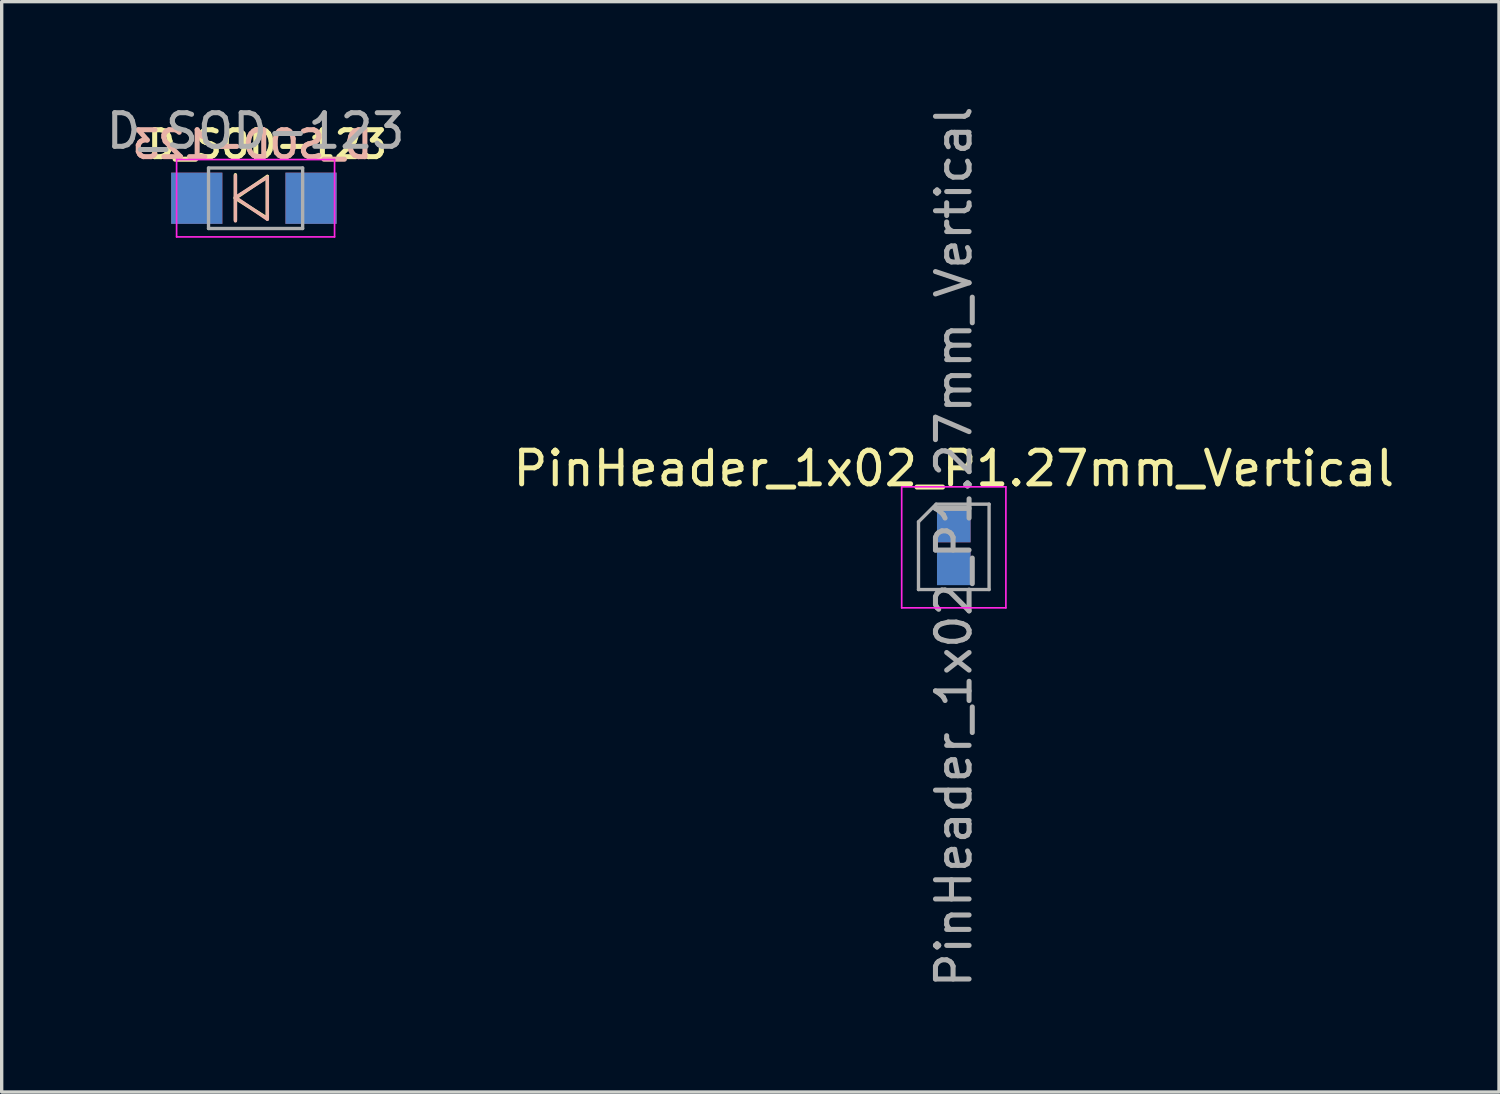
<source format=kicad_pcb>
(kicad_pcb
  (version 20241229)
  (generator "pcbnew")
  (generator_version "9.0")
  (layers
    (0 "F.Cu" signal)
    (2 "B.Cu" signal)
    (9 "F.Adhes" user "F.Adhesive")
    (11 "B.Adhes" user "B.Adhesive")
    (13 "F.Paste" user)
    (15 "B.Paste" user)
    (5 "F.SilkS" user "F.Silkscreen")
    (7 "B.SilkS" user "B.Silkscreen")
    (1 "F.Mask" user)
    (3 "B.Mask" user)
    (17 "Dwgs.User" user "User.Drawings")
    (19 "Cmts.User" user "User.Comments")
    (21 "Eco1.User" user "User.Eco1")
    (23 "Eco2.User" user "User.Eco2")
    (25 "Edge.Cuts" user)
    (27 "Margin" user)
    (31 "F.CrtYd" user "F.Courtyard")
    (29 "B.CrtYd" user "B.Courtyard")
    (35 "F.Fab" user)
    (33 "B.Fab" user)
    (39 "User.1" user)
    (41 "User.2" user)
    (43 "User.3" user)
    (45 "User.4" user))
  (footprint "D_SOD-123"
    (layer "F.Cu")
    (at 4.554 2.848)
    (property "Reference" "D_SOD-123" (at 0.35 -1.6 0) (layer "F.SilkS") (effects (font (size 0.8 0.8) (thickness 0.15))))
    (attr smd)
    (fp_line (start -0.6 0) (end -0.6 -0.7) (stroke (width 0.1) (type solid)) (layer "F.SilkS"))
    (fp_line (start -0.6 0) (end -0.6 0.65) (stroke (width 0.1) (type solid)) (layer "F.SilkS"))
    (fp_line (start -0.6 0) (end 0.35 -0.65) (stroke (width 0.1) (type solid)) (layer "F.SilkS"))
    (fp_line (start 0.35 -0.65) (end 0.35 0.6) (stroke (width 0.1) (type solid)) (layer "F.SilkS"))
    (fp_line (start 0.35 0.6) (end -0.6 0) (stroke (width 0.1) (type solid)) (layer "F.SilkS"))
    (fp_line (start -0.6 -0.025) (end -0.6 -0.675) (stroke (width 0.1) (type solid)) (layer "B.SilkS"))
    (fp_line (start -0.6 -0.025) (end -0.6 0.675) (stroke (width 0.1) (type solid)) (layer "B.SilkS"))
    (fp_line (start -0.6 -0.025) (end 0.35 0.625) (stroke (width 0.1) (type solid)) (layer "B.SilkS"))
    (fp_line (start 0.35 -0.625) (end -0.6 -0.025) (stroke (width 0.1) (type solid)) (layer "B.SilkS"))
    (fp_line (start 0.35 0.625) (end 0.35 -0.625) (stroke (width 0.1) (type solid)) (layer "B.SilkS"))
    (fp_line (start -2.35 -1.15) (end -2.35 1.15) (stroke (width 0.05) (type solid)) (layer "F.CrtYd"))
    (fp_line (start -2.35 -1.15) (end 2.35 -1.15) (stroke (width 0.05) (type solid)) (layer "F.CrtYd"))
    (fp_line (start 2.35 -1.15) (end 2.35 1.15) (stroke (width 0.05) (type solid)) (layer "F.CrtYd"))
    (fp_line (start 2.35 1.15) (end -2.35 1.15) (stroke (width 0.05) (type solid)) (layer "F.CrtYd"))
    (fp_line (start -1.4 -0.9) (end 1.4 -0.9) (stroke (width 0.1) (type solid)) (layer "F.Fab"))
    (fp_line (start -1.4 0.9) (end -1.4 -0.9) (stroke (width 0.1) (type solid)) (layer "F.Fab"))
    (fp_line (start 1.4 -0.9) (end 1.4 0.9) (stroke (width 0.1) (type solid)) (layer "F.Fab"))
    (fp_line (start 1.4 0.9) (end -1.4 0.9) (stroke (width 0.1) (type solid)) (layer "F.Fab"))
    (fp_text user "${REFERENCE}" (at -0.1 -1.6 0) (unlocked yes) (layer "B.SilkS") (effects (font (size 0.8 0.8) (thickness 0.15)) (justify mirror)))
    (fp_text user "${REFERENCE}" (at 0 -2 0) (layer "F.Fab") (effects (font (size 1 1) (thickness 0.15))))
    (pad "1" smd rect (at -1.75 0) (size 1.524 1.524) (layers "F.Cu" "F.Mask" "F.Paste"))
    (pad "1" smd rect (at -1.75 0) (size 1.524 1.524) (layers "B.Cu" "B.Mask" "B.Paste"))
    (pad "2" smd rect (at 1.65 0) (size 1.524 1.524) (layers "F.Cu" "F.Mask" "F.Paste"))
    (pad "2" smd rect (at 1.65 0) (size 1.524 1.524) (layers "B.Cu" "B.Mask" "B.Paste")))
  (footprint "PinHeader_1x02_P1.27mm_Vertical"
    (layer "F.Cu")
    (at 25.327 12.585)
    (property "Reference" "PinHeader_1x02_P1.27mm_Vertical" (at 0 -1.695 0) (layer "F.SilkS") (effects (font (size 1 1) (thickness 0.15))))
    (attr through_hole)
    (fp_line (start -1.55 -1.15) (end -1.55 2.45) (stroke (width 0.05) (type solid)) (layer "F.CrtYd"))
    (fp_line (start -1.55 2.45) (end 1.55 2.45) (stroke (width 0.05) (type solid)) (layer "F.CrtYd"))
    (fp_line (start 1.55 -1.15) (end -1.55 -1.15) (stroke (width 0.05) (type solid)) (layer "F.CrtYd"))
    (fp_line (start 1.55 2.45) (end 1.55 -1.15) (stroke (width 0.05) (type solid)) (layer "F.CrtYd"))
    (fp_line (start -1.05 -0.11) (end -0.525 -0.635) (stroke (width 0.1) (type solid)) (layer "F.Fab"))
    (fp_line (start -1.05 1.905) (end -1.05 -0.11) (stroke (width 0.1) (type solid)) (layer "F.Fab"))
    (fp_line (start -0.525 -0.635) (end 1.05 -0.635) (stroke (width 0.1) (type solid)) (layer "F.Fab"))
    (fp_line (start 1.05 -0.635) (end 1.05 1.905) (stroke (width 0.1) (type solid)) (layer "F.Fab"))
    (fp_line (start 1.05 1.905) (end -1.05 1.905) (stroke (width 0.1) (type solid)) (layer "F.Fab"))
    (fp_text user "${REFERENCE}" (at 0 0.635 90) (layer "F.Fab") (effects (font (size 1 1) (thickness 0.15))))
    (pad "1" smd rect (at 0 0) (size 1 1) (layers "F.Cu" "F.Mask" "F.Paste"))
    (pad "1" smd rect (at 0 0) (size 1 1) (layers "B.Cu" "B.Mask" "B.Paste"))
    (pad "2" smd rect (at 0 1.27) (size 1 1) (layers "F.Cu" "F.Mask" "F.Paste"))
    (pad "2" smd rect (at 0 1.275) (size 1 1) (layers "B.Cu" "B.Mask" "B.Paste")))
  (gr_rect
    (start -3 -3)
    (end 41.548 29.44)
    (stroke (width 0.1) (type default))
    (fill no)
    (layer "Edge.Cuts")))
</source>
